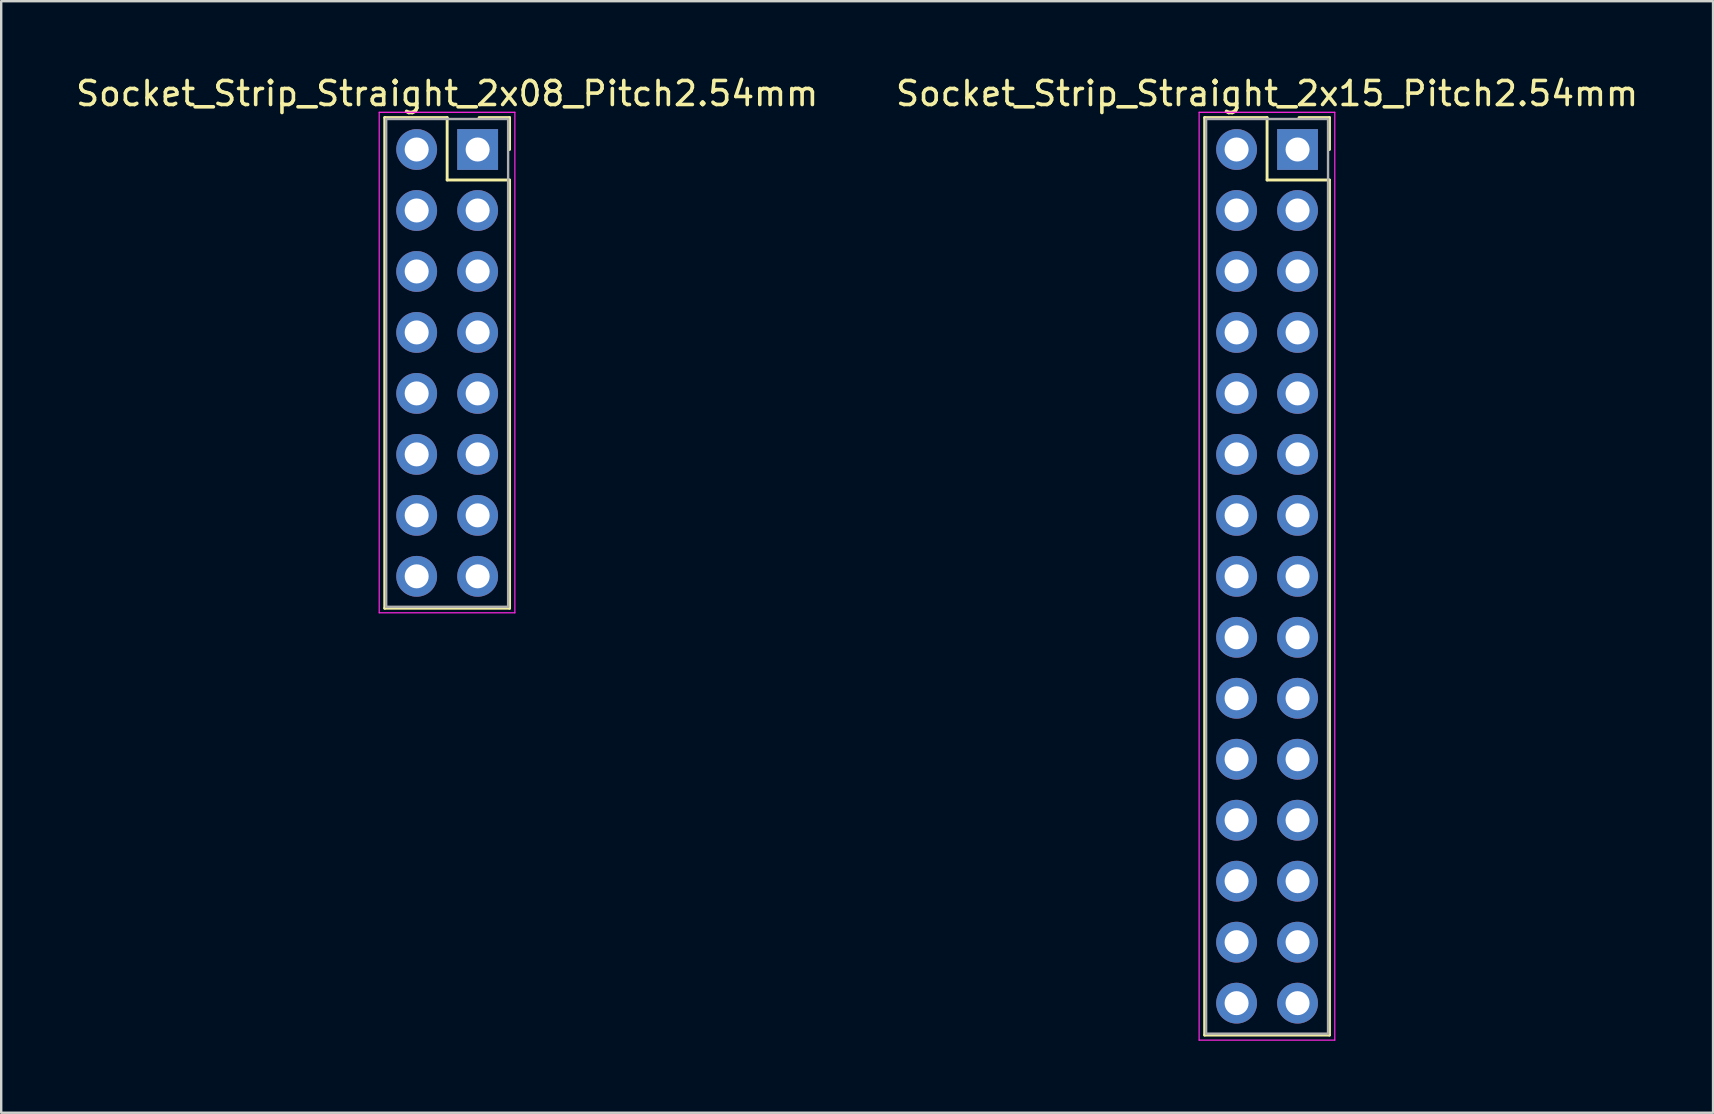
<source format=kicad_pcb>
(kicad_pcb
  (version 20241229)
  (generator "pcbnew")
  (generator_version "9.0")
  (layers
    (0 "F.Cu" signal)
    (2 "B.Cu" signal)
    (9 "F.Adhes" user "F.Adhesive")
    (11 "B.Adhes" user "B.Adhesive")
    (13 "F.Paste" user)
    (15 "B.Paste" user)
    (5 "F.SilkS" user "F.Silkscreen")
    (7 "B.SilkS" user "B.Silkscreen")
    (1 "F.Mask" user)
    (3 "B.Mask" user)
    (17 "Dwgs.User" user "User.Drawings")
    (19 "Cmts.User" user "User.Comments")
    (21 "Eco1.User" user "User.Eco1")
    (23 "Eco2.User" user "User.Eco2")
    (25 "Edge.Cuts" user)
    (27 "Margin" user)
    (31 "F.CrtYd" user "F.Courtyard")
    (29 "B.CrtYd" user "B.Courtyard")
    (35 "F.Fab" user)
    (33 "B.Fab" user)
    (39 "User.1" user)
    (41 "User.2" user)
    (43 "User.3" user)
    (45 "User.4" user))
  (footprint "Socket_Strip_Straight_2x15_Pitch2.54mm"
    (layer "F.Cu")
    (at 51.002 3.178)
    (property "Reference" "Socket_Strip_Straight_2x15_Pitch2.54mm" (at -1.27 -2.33 0) (layer "F.SilkS") (effects (font (size 1 1) (thickness 0.15))))
    (attr through_hole)
    (fp_line (start -3.87 -1.33) (end -1.27 -1.33) (stroke (width 0.12) (type solid)) (layer "F.SilkS"))
    (fp_line (start -3.87 36.89) (end -3.87 -1.33) (stroke (width 0.12) (type solid)) (layer "F.SilkS"))
    (fp_line (start -1.27 -1.33) (end -1.27 1.27) (stroke (width 0.12) (type solid)) (layer "F.SilkS"))
    (fp_line (start -1.27 1.27) (end 1.33 1.27) (stroke (width 0.12) (type solid)) (layer "F.SilkS"))
    (fp_line (start 1.33 -1.33) (end 0.06 -1.33) (stroke (width 0.12) (type solid)) (layer "F.SilkS"))
    (fp_line (start 1.33 0) (end 1.33 -1.33) (stroke (width 0.12) (type solid)) (layer "F.SilkS"))
    (fp_line (start 1.33 1.27) (end 1.33 36.89) (stroke (width 0.12) (type solid)) (layer "F.SilkS"))
    (fp_line (start 1.33 36.89) (end -3.87 36.89) (stroke (width 0.12) (type solid)) (layer "F.SilkS"))
    (fp_line (start -4.1 -1.55) (end -4.1 37.1) (stroke (width 0.05) (type solid)) (layer "F.CrtYd"))
    (fp_line (start -4.1 37.1) (end 1.55 37.1) (stroke (width 0.05) (type solid)) (layer "F.CrtYd"))
    (fp_line (start 1.55 -1.55) (end -4.1 -1.55) (stroke (width 0.05) (type solid)) (layer "F.CrtYd"))
    (fp_line (start 1.55 37.1) (end 1.55 -1.55) (stroke (width 0.05) (type solid)) (layer "F.CrtYd"))
    (fp_line (start -3.81 -1.27) (end -3.81 36.83) (stroke (width 0.1) (type solid)) (layer "F.Fab"))
    (fp_line (start -3.81 36.83) (end 1.27 36.83) (stroke (width 0.1) (type solid)) (layer "F.Fab"))
    (fp_line (start 1.27 -1.27) (end -3.81 -1.27) (stroke (width 0.1) (type solid)) (layer "F.Fab"))
    (fp_line (start 1.27 36.83) (end 1.27 -1.27) (stroke (width 0.1) (type solid)) (layer "F.Fab"))
    (pad "1" thru_hole rect (at 0 0) (size 1.7 1.7) (drill 1) (layers "*.Cu" "*.Mask"))
    (pad "2" thru_hole oval (at -2.54 0) (size 1.7 1.7) (drill 1) (layers "*.Cu" "*.Mask"))
    (pad "3" thru_hole oval (at 0 2.54) (size 1.7 1.7) (drill 1) (layers "*.Cu" "*.Mask"))
    (pad "4" thru_hole oval (at -2.54 2.54) (size 1.7 1.7) (drill 1) (layers "*.Cu" "*.Mask"))
    (pad "5" thru_hole oval (at 0 5.08) (size 1.7 1.7) (drill 1) (layers "*.Cu" "*.Mask"))
    (pad "6" thru_hole oval (at -2.54 5.08) (size 1.7 1.7) (drill 1) (layers "*.Cu" "*.Mask"))
    (pad "7" thru_hole oval (at 0 7.62) (size 1.7 1.7) (drill 1) (layers "*.Cu" "*.Mask"))
    (pad "8" thru_hole oval (at -2.54 7.62) (size 1.7 1.7) (drill 1) (layers "*.Cu" "*.Mask"))
    (pad "9" thru_hole oval (at 0 10.16) (size 1.7 1.7) (drill 1) (layers "*.Cu" "*.Mask"))
    (pad "10" thru_hole oval (at -2.54 10.16) (size 1.7 1.7) (drill 1) (layers "*.Cu" "*.Mask"))
    (pad "11" thru_hole oval (at 0 12.7) (size 1.7 1.7) (drill 1) (layers "*.Cu" "*.Mask"))
    (pad "12" thru_hole oval (at -2.54 12.7) (size 1.7 1.7) (drill 1) (layers "*.Cu" "*.Mask"))
    (pad "13" thru_hole oval (at 0 15.24) (size 1.7 1.7) (drill 1) (layers "*.Cu" "*.Mask"))
    (pad "14" thru_hole oval (at -2.54 15.24) (size 1.7 1.7) (drill 1) (layers "*.Cu" "*.Mask"))
    (pad "15" thru_hole oval (at 0 17.78) (size 1.7 1.7) (drill 1) (layers "*.Cu" "*.Mask"))
    (pad "16" thru_hole oval (at -2.54 17.78) (size 1.7 1.7) (drill 1) (layers "*.Cu" "*.Mask"))
    (pad "17" thru_hole oval (at 0 20.32) (size 1.7 1.7) (drill 1) (layers "*.Cu" "*.Mask"))
    (pad "18" thru_hole oval (at -2.54 20.32) (size 1.7 1.7) (drill 1) (layers "*.Cu" "*.Mask"))
    (pad "19" thru_hole oval (at 0 22.86) (size 1.7 1.7) (drill 1) (layers "*.Cu" "*.Mask"))
    (pad "20" thru_hole oval (at -2.54 22.86) (size 1.7 1.7) (drill 1) (layers "*.Cu" "*.Mask"))
    (pad "21" thru_hole oval (at 0 25.4) (size 1.7 1.7) (drill 1) (layers "*.Cu" "*.Mask"))
    (pad "22" thru_hole oval (at -2.54 25.4) (size 1.7 1.7) (drill 1) (layers "*.Cu" "*.Mask"))
    (pad "23" thru_hole oval (at 0 27.94) (size 1.7 1.7) (drill 1) (layers "*.Cu" "*.Mask"))
    (pad "24" thru_hole oval (at -2.54 27.94) (size 1.7 1.7) (drill 1) (layers "*.Cu" "*.Mask"))
    (pad "25" thru_hole oval (at 0 30.48) (size 1.7 1.7) (drill 1) (layers "*.Cu" "*.Mask"))
    (pad "26" thru_hole oval (at -2.54 30.48) (size 1.7 1.7) (drill 1) (layers "*.Cu" "*.Mask"))
    (pad "27" thru_hole oval (at 0 33.02) (size 1.7 1.7) (drill 1) (layers "*.Cu" "*.Mask"))
    (pad "28" thru_hole oval (at -2.54 33.02) (size 1.7 1.7) (drill 1) (layers "*.Cu" "*.Mask"))
    (pad "29" thru_hole oval (at 0 35.56) (size 1.7 1.7) (drill 1) (layers "*.Cu" "*.Mask"))
    (pad "30" thru_hole oval (at -2.54 35.56) (size 1.7 1.7) (drill 1) (layers "*.Cu" "*.Mask")))
  (footprint "Socket_Strip_Straight_2x08_Pitch2.54mm"
    (layer "F.Cu")
    (at 16.847 3.178)
    (property "Reference" "Socket_Strip_Straight_2x08_Pitch2.54mm" (at -1.27 -2.33 0) (layer "F.SilkS") (effects (font (size 1 1) (thickness 0.15))))
    (attr through_hole)
    (fp_line (start -3.87 -1.33) (end -1.27 -1.33) (stroke (width 0.12) (type solid)) (layer "F.SilkS"))
    (fp_line (start -3.87 19.11) (end -3.87 -1.33) (stroke (width 0.12) (type solid)) (layer "F.SilkS"))
    (fp_line (start -1.27 -1.33) (end -1.27 1.27) (stroke (width 0.12) (type solid)) (layer "F.SilkS"))
    (fp_line (start -1.27 1.27) (end 1.33 1.27) (stroke (width 0.12) (type solid)) (layer "F.SilkS"))
    (fp_line (start 1.33 -1.33) (end 0.06 -1.33) (stroke (width 0.12) (type solid)) (layer "F.SilkS"))
    (fp_line (start 1.33 0) (end 1.33 -1.33) (stroke (width 0.12) (type solid)) (layer "F.SilkS"))
    (fp_line (start 1.33 1.27) (end 1.33 19.11) (stroke (width 0.12) (type solid)) (layer "F.SilkS"))
    (fp_line (start 1.33 19.11) (end -3.87 19.11) (stroke (width 0.12) (type solid)) (layer "F.SilkS"))
    (fp_line (start -4.1 -1.55) (end -4.1 19.3) (stroke (width 0.05) (type solid)) (layer "F.CrtYd"))
    (fp_line (start -4.1 19.3) (end 1.55 19.3) (stroke (width 0.05) (type solid)) (layer "F.CrtYd"))
    (fp_line (start 1.55 -1.55) (end -4.1 -1.55) (stroke (width 0.05) (type solid)) (layer "F.CrtYd"))
    (fp_line (start 1.55 19.3) (end 1.55 -1.55) (stroke (width 0.05) (type solid)) (layer "F.CrtYd"))
    (fp_line (start -3.81 -1.27) (end -3.81 19.05) (stroke (width 0.1) (type solid)) (layer "F.Fab"))
    (fp_line (start -3.81 19.05) (end 1.27 19.05) (stroke (width 0.1) (type solid)) (layer "F.Fab"))
    (fp_line (start 1.27 -1.27) (end -3.81 -1.27) (stroke (width 0.1) (type solid)) (layer "F.Fab"))
    (fp_line (start 1.27 19.05) (end 1.27 -1.27) (stroke (width 0.1) (type solid)) (layer "F.Fab"))
    (pad "1" thru_hole rect (at 0 0) (size 1.7 1.7) (drill 1) (layers "*.Cu" "*.Mask"))
    (pad "2" thru_hole oval (at -2.54 0) (size 1.7 1.7) (drill 1) (layers "*.Cu" "*.Mask"))
    (pad "3" thru_hole oval (at 0 2.54) (size 1.7 1.7) (drill 1) (layers "*.Cu" "*.Mask"))
    (pad "4" thru_hole oval (at -2.54 2.54) (size 1.7 1.7) (drill 1) (layers "*.Cu" "*.Mask"))
    (pad "5" thru_hole oval (at 0 5.08) (size 1.7 1.7) (drill 1) (layers "*.Cu" "*.Mask"))
    (pad "6" thru_hole oval (at -2.54 5.08) (size 1.7 1.7) (drill 1) (layers "*.Cu" "*.Mask"))
    (pad "7" thru_hole oval (at 0 7.62) (size 1.7 1.7) (drill 1) (layers "*.Cu" "*.Mask"))
    (pad "8" thru_hole oval (at -2.54 7.62) (size 1.7 1.7) (drill 1) (layers "*.Cu" "*.Mask"))
    (pad "9" thru_hole oval (at 0 10.16) (size 1.7 1.7) (drill 1) (layers "*.Cu" "*.Mask"))
    (pad "10" thru_hole oval (at -2.54 10.16) (size 1.7 1.7) (drill 1) (layers "*.Cu" "*.Mask"))
    (pad "11" thru_hole oval (at 0 12.7) (size 1.7 1.7) (drill 1) (layers "*.Cu" "*.Mask"))
    (pad "12" thru_hole oval (at -2.54 12.7) (size 1.7 1.7) (drill 1) (layers "*.Cu" "*.Mask"))
    (pad "13" thru_hole oval (at 0 15.24) (size 1.7 1.7) (drill 1) (layers "*.Cu" "*.Mask"))
    (pad "14" thru_hole oval (at -2.54 15.24) (size 1.7 1.7) (drill 1) (layers "*.Cu" "*.Mask"))
    (pad "15" thru_hole oval (at 0 17.78) (size 1.7 1.7) (drill 1) (layers "*.Cu" "*.Mask"))
    (pad "16" thru_hole oval (at -2.54 17.78) (size 1.7 1.7) (drill 1) (layers "*.Cu" "*.Mask")))
  (gr_rect
    (start -3 -3)
    (end 68.31 43.303)
    (stroke (width 0.1) (type default))
    (fill no)
    (layer "Edge.Cuts")))
</source>
